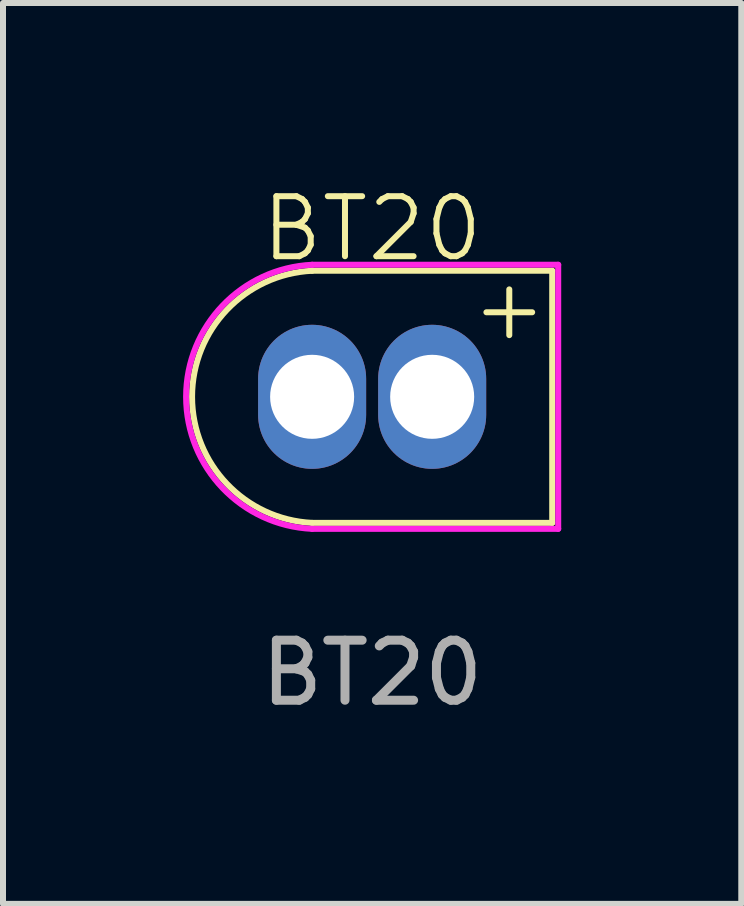
<source format=kicad_pcb>
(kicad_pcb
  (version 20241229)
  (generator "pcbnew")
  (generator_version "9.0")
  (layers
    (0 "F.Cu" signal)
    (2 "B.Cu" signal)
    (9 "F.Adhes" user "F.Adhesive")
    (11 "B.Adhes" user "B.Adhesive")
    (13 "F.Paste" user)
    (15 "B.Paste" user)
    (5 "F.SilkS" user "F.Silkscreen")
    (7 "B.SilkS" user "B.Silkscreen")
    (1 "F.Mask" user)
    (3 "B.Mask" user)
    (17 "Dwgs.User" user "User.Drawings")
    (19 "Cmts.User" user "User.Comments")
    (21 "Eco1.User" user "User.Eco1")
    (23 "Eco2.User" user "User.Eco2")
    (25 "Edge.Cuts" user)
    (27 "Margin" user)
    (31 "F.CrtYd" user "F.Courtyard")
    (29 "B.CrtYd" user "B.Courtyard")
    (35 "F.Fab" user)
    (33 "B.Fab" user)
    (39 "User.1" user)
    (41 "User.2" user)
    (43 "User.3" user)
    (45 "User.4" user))
  (footprint "BT20"
    (layer "F.Cu")
    (at 3.15 3.561)
    (property "Reference" "BT20" (at 0 -2.8 0) (unlocked yes) (layer "F.SilkS") (effects (font (size 1 1) (thickness 0.1))))
    (attr smd)
    (fp_line (start -1 -2.1) (end 3 -2.1) (stroke (width 0.1) (type default)) (layer "F.SilkS"))
    (fp_line (start -1 2.1) (end 3 2.1) (stroke (width 0.1) (type default)) (layer "F.SilkS"))
    (fp_line (start 3 -2.1) (end 3 2.1) (stroke (width 0.1) (type solid)) (layer "F.SilkS"))
    (fp_arc (start -1 2.1) (mid -3 0) (end -1 -2.1) (stroke (width 0.1) (type solid)) (layer "F.SilkS"))
    (fp_line (start -1 -2.2) (end 3.1 -2.2) (stroke (width 0.1) (type solid)) (layer "F.CrtYd"))
    (fp_line (start -1 2.2) (end 3.1 2.2) (stroke (width 0.1) (type solid)) (layer "F.CrtYd"))
    (fp_line (start 3.1 -2.2) (end 3.1 2.2) (stroke (width 0.1) (type solid)) (layer "F.CrtYd"))
    (fp_arc (start -1 2.2) (mid -3.1 0) (end -1 -2.2) (stroke (width 0.1) (type solid)) (layer "F.CrtYd"))
    (fp_text user "+" (at 1.6 -0.9 0) (unlocked yes) (layer "F.SilkS") (effects (font (size 1 1) (thickness 0.1)) (justify left bottom)))
    (fp_text user "${REFERENCE}" (at 0 4.6 0) (unlocked yes) (layer "F.Fab") (effects (font (size 1 1) (thickness 0.15))))
    (pad "1" thru_hole oval (at -1 0) (size 1.8 2.4) (drill 1.4) (layers "*.Cu" "*.Mask"))
    (pad "2" thru_hole oval (at 1 0) (size 1.8 2.4) (drill 1.4) (layers "*.Cu" "*.Mask")))
  (gr_rect
    (start -3 -3)
    (end 9.3 12.009)
    (stroke (width 0.1) (type default))
    (fill no)
    (layer "Edge.Cuts")))
</source>
